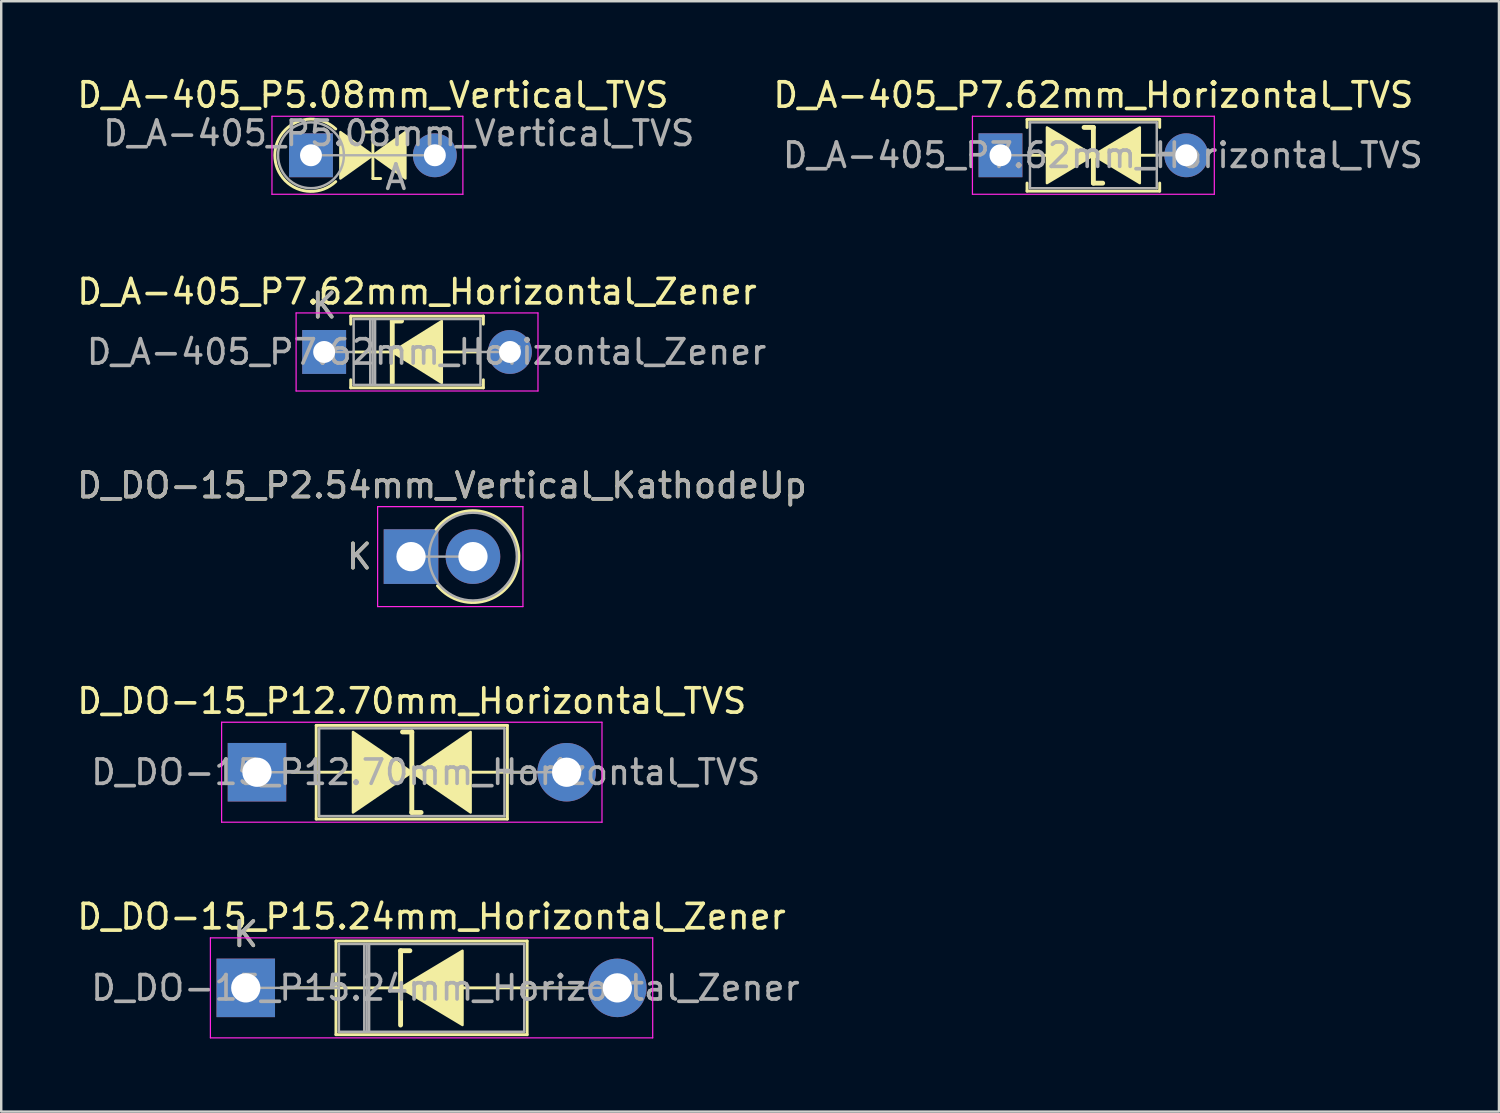
<source format=kicad_pcb>
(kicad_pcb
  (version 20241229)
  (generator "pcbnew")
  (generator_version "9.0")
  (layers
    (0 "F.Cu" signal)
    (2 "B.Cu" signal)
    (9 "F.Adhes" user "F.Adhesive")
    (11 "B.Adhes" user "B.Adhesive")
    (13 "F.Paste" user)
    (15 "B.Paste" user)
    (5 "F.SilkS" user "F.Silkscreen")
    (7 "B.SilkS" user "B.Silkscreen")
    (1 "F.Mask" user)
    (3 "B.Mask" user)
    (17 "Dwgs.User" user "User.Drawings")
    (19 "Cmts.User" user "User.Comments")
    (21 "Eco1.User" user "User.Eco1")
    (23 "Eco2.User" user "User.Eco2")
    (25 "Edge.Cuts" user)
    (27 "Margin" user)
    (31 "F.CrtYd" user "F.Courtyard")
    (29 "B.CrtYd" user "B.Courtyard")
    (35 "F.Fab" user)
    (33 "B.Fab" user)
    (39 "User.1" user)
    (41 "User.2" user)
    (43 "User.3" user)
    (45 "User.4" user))
  (footprint "D_A-405_P7.62mm_Horizontal_TVS"
    (layer "F.Cu")
    (at 37.982 3.318)
    (property "Reference" "D_A-405_P7.62mm_Horizontal_TVS" (at 3.81 -2.47 0) (layer "F.SilkS") (effects (font (size 1 1) (thickness 0.15))))
    (attr through_hole)
    (fp_line (start 1.09 -1.47) (end 6.53 -1.47) (stroke (width 0.12) (type solid)) (layer "F.SilkS"))
    (fp_line (start 1.09 -1.14) (end 1.09 -1.47) (stroke (width 0.12) (type solid)) (layer "F.SilkS"))
    (fp_line (start 1.09 1.14) (end 1.09 1.47) (stroke (width 0.12) (type solid)) (layer "F.SilkS"))
    (fp_line (start 1.09 1.47) (end 6.53 1.47) (stroke (width 0.12) (type solid)) (layer "F.SilkS"))
    (fp_line (start 1.27 0) (end 1.905 0) (stroke (width 0.12) (type solid)) (layer "F.SilkS"))
    (fp_line (start 3.81 -1.143) (end 3.429 -1.143) (stroke (width 0.2) (type solid)) (layer "F.SilkS"))
    (fp_line (start 3.81 1.143) (end 3.81 -1.143) (stroke (width 0.2) (type solid)) (layer "F.SilkS"))
    (fp_line (start 4.191 1.143) (end 3.81 1.143) (stroke (width 0.2) (type solid)) (layer "F.SilkS"))
    (fp_line (start 6.35 0) (end 5.715 0) (stroke (width 0.12) (type solid)) (layer "F.SilkS"))
    (fp_line (start 6.53 -1.47) (end 6.53 -1.14) (stroke (width 0.12) (type solid)) (layer "F.SilkS"))
    (fp_line (start 6.53 1.47) (end 6.53 1.14) (stroke (width 0.12) (type solid)) (layer "F.SilkS"))
    (fp_poly (pts (xy 3.81 0) (xy 1.905 1.143) (xy 1.905 -1.143)) (stroke (width 0.1) (type solid)) (fill yes) (layer "F.SilkS"))
    (fp_poly (pts (xy 3.81 0) (xy 5.715 -1.143) (xy 5.715 1.143)) (stroke (width 0.1) (type solid)) (fill yes) (layer "F.SilkS"))
    (fp_line (start -1.15 -1.6) (end -1.15 1.6) (stroke (width 0.05) (type solid)) (layer "F.CrtYd"))
    (fp_line (start -1.15 1.6) (end 8.77 1.6) (stroke (width 0.05) (type solid)) (layer "F.CrtYd"))
    (fp_line (start 8.77 -1.6) (end -1.15 -1.6) (stroke (width 0.05) (type solid)) (layer "F.CrtYd"))
    (fp_line (start 8.77 1.6) (end 8.77 -1.6) (stroke (width 0.05) (type solid)) (layer "F.CrtYd"))
    (fp_line (start 0 0) (end 1.21 0) (stroke (width 0.1) (type solid)) (layer "F.Fab"))
    (fp_line (start 1.21 -1.35) (end 1.21 1.35) (stroke (width 0.1) (type solid)) (layer "F.Fab"))
    (fp_line (start 1.21 1.35) (end 6.41 1.35) (stroke (width 0.1) (type solid)) (layer "F.Fab"))
    (fp_line (start 6.41 -1.35) (end 1.21 -1.35) (stroke (width 0.1) (type solid)) (layer "F.Fab"))
    (fp_line (start 6.41 1.35) (end 6.41 -1.35) (stroke (width 0.1) (type solid)) (layer "F.Fab"))
    (fp_line (start 7.62 0) (end 6.41 0) (stroke (width 0.1) (type solid)) (layer "F.Fab"))
    (fp_text user "${REFERENCE}" (at 4.2 0 0) (layer "F.Fab") (effects (font (size 1 1) (thickness 0.15))))
    (pad "1" thru_hole rect (at 0 0) (size 1.8 1.8) (drill 0.9) (layers "*.Cu" "*.Mask"))
    (pad "2" thru_hole oval (at 7.62 0) (size 1.8 1.8) (drill 0.9) (layers "*.Cu" "*.Mask")))
  (footprint "D_A-405_P5.08mm_Vertical_TVS"
    (layer "F.Cu")
    (at 9.704 3.318)
    (property "Reference" "D_A-405_P5.08mm_Vertical_TVS" (at 2.54 -2.47 0) (layer "F.SilkS") (effects (font (size 1 1) (thickness 0.15))))
    (attr through_hole)
    (fp_line (start 2.223 -0.953) (end 2.54 -0.953) (stroke (width 0.12) (type solid)) (layer "F.SilkS"))
    (fp_line (start 2.54 -0.953) (end 2.54 0.953) (stroke (width 0.12) (type solid)) (layer "F.SilkS"))
    (fp_line (start 2.54 0.953) (end 2.857 0.953) (stroke (width 0.12) (type solid)) (layer "F.SilkS"))
    (fp_arc (start 1.016 1.0795) (mid -1.482422 0) (end 1.016 -1.0795) (stroke (width 0.12) (type solid)) (layer "F.SilkS"))
    (fp_poly (pts (xy 1.206 -0.953) (xy 2.54 0) (xy 1.206 0.953)) (stroke (width 0.1) (type solid)) (fill yes) (layer "F.SilkS"))
    (fp_poly (pts (xy 3.873 0.953) (xy 2.54 0) (xy 3.873 -0.953)) (stroke (width 0.1) (type solid)) (fill yes) (layer "F.SilkS"))
    (fp_line (start -1.6 -1.6) (end -1.6 1.6) (stroke (width 0.05) (type solid)) (layer "F.CrtYd"))
    (fp_line (start -1.6 1.6) (end 6.23 1.6) (stroke (width 0.05) (type solid)) (layer "F.CrtYd"))
    (fp_line (start 6.23 -1.6) (end -1.6 -1.6) (stroke (width 0.05) (type solid)) (layer "F.CrtYd"))
    (fp_line (start 6.23 1.6) (end 6.23 -1.6) (stroke (width 0.05) (type solid)) (layer "F.CrtYd"))
    (fp_line (start 0 0) (end 5.08 0) (stroke (width 0.1) (type solid)) (layer "F.Fab"))
    (fp_circle (center 0 0) (end 1.35 0) (stroke (width 0.1) (type solid)) (fill no) (layer "F.Fab"))
    (fp_text user "${REFERENCE}" (at 3.6 -0.9 0) (layer "F.Fab") (effects (font (size 1 1) (thickness 0.15))))
    (fp_text user "A" (at 3.48 0.9 0) (layer "F.Fab") (effects (font (size 1 1) (thickness 0.15))))
    (pad "1" thru_hole rect (at 0 0) (size 1.8 1.8) (drill 0.9) (layers "*.Cu" "*.Mask"))
    (pad "2" thru_hole oval (at 5.08 0) (size 1.8 1.8) (drill 0.9) (layers "*.Cu" "*.Mask")))
  (footprint "D_DO-15_P12.70mm_Horizontal_TVS"
    (layer "F.Cu")
    (at 7.489 28.621)
    (property "Reference" "D_DO-15_P12.70mm_Horizontal_TVS" (at 6.35 -2.92 0) (layer "F.SilkS") (effects (font (size 1 1) (thickness 0.15))))
    (attr through_hole)
    (fp_line (start 1.44 0) (end 2.43 0) (stroke (width 0.12) (type solid)) (layer "F.SilkS"))
    (fp_line (start 2.43 -1.92) (end 2.43 1.92) (stroke (width 0.12) (type solid)) (layer "F.SilkS"))
    (fp_line (start 2.43 0) (end 3.937 0) (stroke (width 0.12) (type solid)) (layer "F.SilkS"))
    (fp_line (start 2.43 1.92) (end 10.27 1.92) (stroke (width 0.12) (type solid)) (layer "F.SilkS"))
    (fp_line (start 6.35 -1.651) (end 5.969 -1.651) (stroke (width 0.2) (type solid)) (layer "F.SilkS"))
    (fp_line (start 6.35 1.651) (end 6.35 -1.651) (stroke (width 0.2) (type solid)) (layer "F.SilkS"))
    (fp_line (start 6.731 1.651) (end 6.35 1.651) (stroke (width 0.2) (type solid)) (layer "F.SilkS"))
    (fp_line (start 10.27 -1.92) (end 2.43 -1.92) (stroke (width 0.12) (type solid)) (layer "F.SilkS"))
    (fp_line (start 10.27 1.92) (end 10.27 -1.92) (stroke (width 0.12) (type solid)) (layer "F.SilkS"))
    (fp_line (start 10.287 0) (end 8.763 0) (stroke (width 0.12) (type solid)) (layer "F.SilkS"))
    (fp_line (start 11.26 0) (end 10.27 0) (stroke (width 0.12) (type solid)) (layer "F.SilkS"))
    (fp_poly (pts (xy 6.35 0) (xy 3.937 1.651) (xy 3.937 -1.651)) (stroke (width 0.1) (type solid)) (fill yes) (layer "F.SilkS"))
    (fp_poly (pts (xy 6.35 0) (xy 8.763 -1.651) (xy 8.763 1.651)) (stroke (width 0.1) (type solid)) (fill yes) (layer "F.SilkS"))
    (fp_line (start -1.45 -2.05) (end -1.45 2.05) (stroke (width 0.05) (type solid)) (layer "F.CrtYd"))
    (fp_line (start -1.45 2.05) (end 14.15 2.05) (stroke (width 0.05) (type solid)) (layer "F.CrtYd"))
    (fp_line (start 14.15 -2.05) (end -1.45 -2.05) (stroke (width 0.05) (type solid)) (layer "F.CrtYd"))
    (fp_line (start 14.15 2.05) (end 14.15 -2.05) (stroke (width 0.05) (type solid)) (layer "F.CrtYd"))
    (fp_line (start 0 0) (end 2.55 0) (stroke (width 0.1) (type solid)) (layer "F.Fab"))
    (fp_line (start 2.55 -1.8) (end 2.55 1.8) (stroke (width 0.1) (type solid)) (layer "F.Fab"))
    (fp_line (start 2.55 1.8) (end 10.15 1.8) (stroke (width 0.1) (type solid)) (layer "F.Fab"))
    (fp_line (start 10.15 -1.8) (end 2.55 -1.8) (stroke (width 0.1) (type solid)) (layer "F.Fab"))
    (fp_line (start 10.15 1.8) (end 10.15 -1.8) (stroke (width 0.1) (type solid)) (layer "F.Fab"))
    (fp_line (start 12.7 0) (end 10.15 0) (stroke (width 0.1) (type solid)) (layer "F.Fab"))
    (fp_text user "${REFERENCE}" (at 6.92 0 0) (layer "F.Fab") (effects (font (size 1 1) (thickness 0.15))))
    (pad "1" thru_hole rect (at 0 0) (size 2.4 2.4) (drill 1.2) (layers "*.Cu" "*.Mask"))
    (pad "2" thru_hole oval (at 12.7 0) (size 2.4 2.4) (drill 1.2) (layers "*.Cu" "*.Mask")))
  (footprint "D_DO-15_P15.24mm_Horizontal_Zener"
    (layer "F.Cu")
    (at 7.029 37.465)
    (property "Reference" "D_DO-15_P15.24mm_Horizontal_Zener" (at 7.62 -2.92 0) (layer "F.SilkS") (effects (font (size 1 1) (thickness 0.15))))
    (attr through_hole)
    (fp_line (start 1.44 0) (end 3.7 0) (stroke (width 0.12) (type solid)) (layer "F.SilkS"))
    (fp_line (start 3.7 -1.92) (end 3.7 1.92) (stroke (width 0.12) (type solid)) (layer "F.SilkS"))
    (fp_line (start 3.7 1.92) (end 11.54 1.92) (stroke (width 0.12) (type solid)) (layer "F.SilkS"))
    (fp_line (start 6.35 -1.524) (end 6.35 1.524) (stroke (width 0.2) (type solid)) (layer "F.SilkS"))
    (fp_line (start 6.35 -1.524) (end 6.731 -1.524) (stroke (width 0.2) (type solid)) (layer "F.SilkS"))
    (fp_line (start 6.35 0) (end 3.683 0) (stroke (width 0.12) (type solid)) (layer "F.SilkS"))
    (fp_line (start 11.54 -1.92) (end 3.7 -1.92) (stroke (width 0.12) (type solid)) (layer "F.SilkS"))
    (fp_line (start 11.54 0) (end 8.89 0) (stroke (width 0.12) (type solid)) (layer "F.SilkS"))
    (fp_line (start 11.54 1.92) (end 11.54 -1.92) (stroke (width 0.12) (type solid)) (layer "F.SilkS"))
    (fp_line (start 13.8 0) (end 11.54 0) (stroke (width 0.12) (type solid)) (layer "F.SilkS"))
    (fp_poly (pts (xy 8.89 1.524) (xy 6.35 0) (xy 8.89 -1.524)) (stroke (width 0.1) (type solid)) (fill yes) (layer "F.SilkS"))
    (fp_line (start -1.45 -2.05) (end -1.45 2.05) (stroke (width 0.05) (type solid)) (layer "F.CrtYd"))
    (fp_line (start -1.45 2.05) (end 16.69 2.05) (stroke (width 0.05) (type solid)) (layer "F.CrtYd"))
    (fp_line (start 16.69 -2.05) (end -1.45 -2.05) (stroke (width 0.05) (type solid)) (layer "F.CrtYd"))
    (fp_line (start 16.69 2.05) (end 16.69 -2.05) (stroke (width 0.05) (type solid)) (layer "F.CrtYd"))
    (fp_line (start 0 0) (end 3.82 0) (stroke (width 0.1) (type solid)) (layer "F.Fab"))
    (fp_line (start 3.82 -1.8) (end 3.82 1.8) (stroke (width 0.1) (type solid)) (layer "F.Fab"))
    (fp_line (start 3.82 1.8) (end 11.42 1.8) (stroke (width 0.1) (type solid)) (layer "F.Fab"))
    (fp_line (start 4.86 -1.8) (end 4.86 1.8) (stroke (width 0.1) (type solid)) (layer "F.Fab"))
    (fp_line (start 4.96 -1.8) (end 4.96 1.8) (stroke (width 0.1) (type solid)) (layer "F.Fab"))
    (fp_line (start 5.06 -1.8) (end 5.06 1.8) (stroke (width 0.1) (type solid)) (layer "F.Fab"))
    (fp_line (start 11.42 -1.8) (end 3.82 -1.8) (stroke (width 0.1) (type solid)) (layer "F.Fab"))
    (fp_line (start 11.42 1.8) (end 11.42 -1.8) (stroke (width 0.1) (type solid)) (layer "F.Fab"))
    (fp_line (start 15.24 0) (end 11.42 0) (stroke (width 0.1) (type solid)) (layer "F.Fab"))
    (fp_text user "K" (at 0 -2.2 0) (layer "F.SilkS") (effects (font (size 1 1) (thickness 0.15))))
    (fp_text user "K" (at 0 -2.2 0) (layer "F.Fab") (effects (font (size 1 1) (thickness 0.15))))
    (fp_text user "${REFERENCE}" (at 8.19 0 0) (layer "F.Fab") (effects (font (size 1 1) (thickness 0.15))))
    (pad "1" thru_hole rect (at 0 0) (size 2.4 2.4) (drill 1.2) (layers "*.Cu" "*.Mask"))
    (pad "2" thru_hole oval (at 15.24 0) (size 2.4 2.4) (drill 1.2) (layers "*.Cu" "*.Mask")))
  (footprint "D_A-405_P7.62mm_Horizontal_Zener"
    (layer "F.Cu")
    (at 10.244 11.385)
    (property "Reference" "D_A-405_P7.62mm_Horizontal_Zener" (at 3.81 -2.47 0) (layer "F.SilkS") (effects (font (size 1 1) (thickness 0.15))))
    (attr through_hole)
    (fp_line (start 1.09 -1.47) (end 6.53 -1.47) (stroke (width 0.12) (type solid)) (layer "F.SilkS"))
    (fp_line (start 1.09 -1.14) (end 1.09 -1.47) (stroke (width 0.12) (type solid)) (layer "F.SilkS"))
    (fp_line (start 1.09 1.14) (end 1.09 1.47) (stroke (width 0.12) (type solid)) (layer "F.SilkS"))
    (fp_line (start 1.09 1.47) (end 6.53 1.47) (stroke (width 0.12) (type solid)) (layer "F.SilkS"))
    (fp_line (start 1.2 0) (end 2.794 0) (stroke (width 0.12) (type solid)) (layer "F.SilkS"))
    (fp_line (start 2.794 -1.27) (end 2.794 1.27) (stroke (width 0.2) (type solid)) (layer "F.SilkS"))
    (fp_line (start 2.794 -1.27) (end 3.175 -1.27) (stroke (width 0.2) (type solid)) (layer "F.SilkS"))
    (fp_line (start 6.4 0) (end 4.826 0) (stroke (width 0.12) (type solid)) (layer "F.SilkS"))
    (fp_line (start 6.53 -1.47) (end 6.53 -1.14) (stroke (width 0.12) (type solid)) (layer "F.SilkS"))
    (fp_line (start 6.53 1.47) (end 6.53 1.14) (stroke (width 0.12) (type solid)) (layer "F.SilkS"))
    (fp_poly (pts (xy 4.826 1.27) (xy 2.794 0) (xy 4.826 -1.27)) (stroke (width 0.1) (type solid)) (fill yes) (layer "F.SilkS"))
    (fp_line (start -1.15 -1.6) (end -1.15 1.6) (stroke (width 0.05) (type solid)) (layer "F.CrtYd"))
    (fp_line (start -1.15 1.6) (end 8.77 1.6) (stroke (width 0.05) (type solid)) (layer "F.CrtYd"))
    (fp_line (start 8.77 -1.6) (end -1.15 -1.6) (stroke (width 0.05) (type solid)) (layer "F.CrtYd"))
    (fp_line (start 8.77 1.6) (end 8.77 -1.6) (stroke (width 0.05) (type solid)) (layer "F.CrtYd"))
    (fp_line (start 0 0) (end 1.21 0) (stroke (width 0.1) (type solid)) (layer "F.Fab"))
    (fp_line (start 1.21 -1.35) (end 1.21 1.35) (stroke (width 0.1) (type solid)) (layer "F.Fab"))
    (fp_line (start 1.21 1.35) (end 6.41 1.35) (stroke (width 0.1) (type solid)) (layer "F.Fab"))
    (fp_line (start 1.89 -1.35) (end 1.89 1.35) (stroke (width 0.1) (type solid)) (layer "F.Fab"))
    (fp_line (start 1.99 -1.35) (end 1.99 1.35) (stroke (width 0.1) (type solid)) (layer "F.Fab"))
    (fp_line (start 2.09 -1.35) (end 2.09 1.35) (stroke (width 0.1) (type solid)) (layer "F.Fab"))
    (fp_line (start 6.41 -1.35) (end 1.21 -1.35) (stroke (width 0.1) (type solid)) (layer "F.Fab"))
    (fp_line (start 6.41 1.35) (end 6.41 -1.35) (stroke (width 0.1) (type solid)) (layer "F.Fab"))
    (fp_line (start 7.62 0) (end 6.41 0) (stroke (width 0.1) (type solid)) (layer "F.Fab"))
    (fp_text user "K" (at 0 -1.9 0) (layer "F.SilkS") (effects (font (size 1 1) (thickness 0.15))))
    (fp_text user "K" (at 0 -1.9 0) (layer "F.Fab") (effects (font (size 1 1) (thickness 0.15))))
    (fp_text user "${REFERENCE}" (at 4.2 0 0) (layer "F.Fab") (effects (font (size 1 1) (thickness 0.15))))
    (pad "1" thru_hole rect (at 0 0) (size 1.8 1.8) (drill 0.9) (layers "*.Cu" "*.Mask"))
    (pad "2" thru_hole oval (at 7.62 0) (size 1.8 1.8) (drill 0.9) (layers "*.Cu" "*.Mask")))
  (footprint "D_DO-15_P2.54mm_Vertical_KathodeUp"
    (layer "F.Cu")
    (at 13.807 19.778)
    (property "Reference" "D_DO-15_P2.54mm_Vertical_KathodeUp" (at 1.27 -2.92 0) (layer "F.SilkS") (effects (font (size 1 1) (thickness 0.15))))
    (attr through_hole)
    (fp_arc (start 1.025404 -1.12) (mid 4.423124 -0.047368) (end 1.083629 1.194732) (stroke (width 0.12) (type solid)) (layer "F.SilkS"))
    (fp_line (start -1.37 -2.05) (end -1.37 2.05) (stroke (width 0.05) (type solid)) (layer "F.CrtYd"))
    (fp_line (start -1.37 2.05) (end 4.59 2.05) (stroke (width 0.05) (type solid)) (layer "F.CrtYd"))
    (fp_line (start 4.59 -2.05) (end -1.37 -2.05) (stroke (width 0.05) (type solid)) (layer "F.CrtYd"))
    (fp_line (start 4.59 2.05) (end 4.59 -2.05) (stroke (width 0.05) (type solid)) (layer "F.CrtYd"))
    (fp_line (start 0 0) (end 2.54 0) (stroke (width 0.1) (type solid)) (layer "F.Fab"))
    (fp_circle (center 2.54 0) (end 4.34 0) (stroke (width 0.1) (type solid)) (fill no) (layer "F.Fab"))
    (fp_text user "K" (at -2.12 0 0) (layer "F.SilkS") (effects (font (size 1 1) (thickness 0.15))))
    (fp_text user "${REFERENCE}" (at 1.27 -2.92 0) (layer "F.Fab") (effects (font (size 1 1) (thickness 0.15))))
    (fp_text user "K" (at -2.12 0 0) (layer "F.Fab") (effects (font (size 1 1) (thickness 0.15))))
    (pad "1" thru_hole rect (at 0 0) (size 2.24 2.24) (drill 1.2) (layers "*.Cu" "*.Mask"))
    (pad "2" thru_hole oval (at 2.54 0) (size 2.24 2.24) (drill 1.2) (layers "*.Cu" "*.Mask")))
  (gr_rect
    (start -3 -3)
    (end 58.426 42.539)
    (stroke (width 0.1) (type default))
    (fill no)
    (layer "Edge.Cuts")))
</source>
